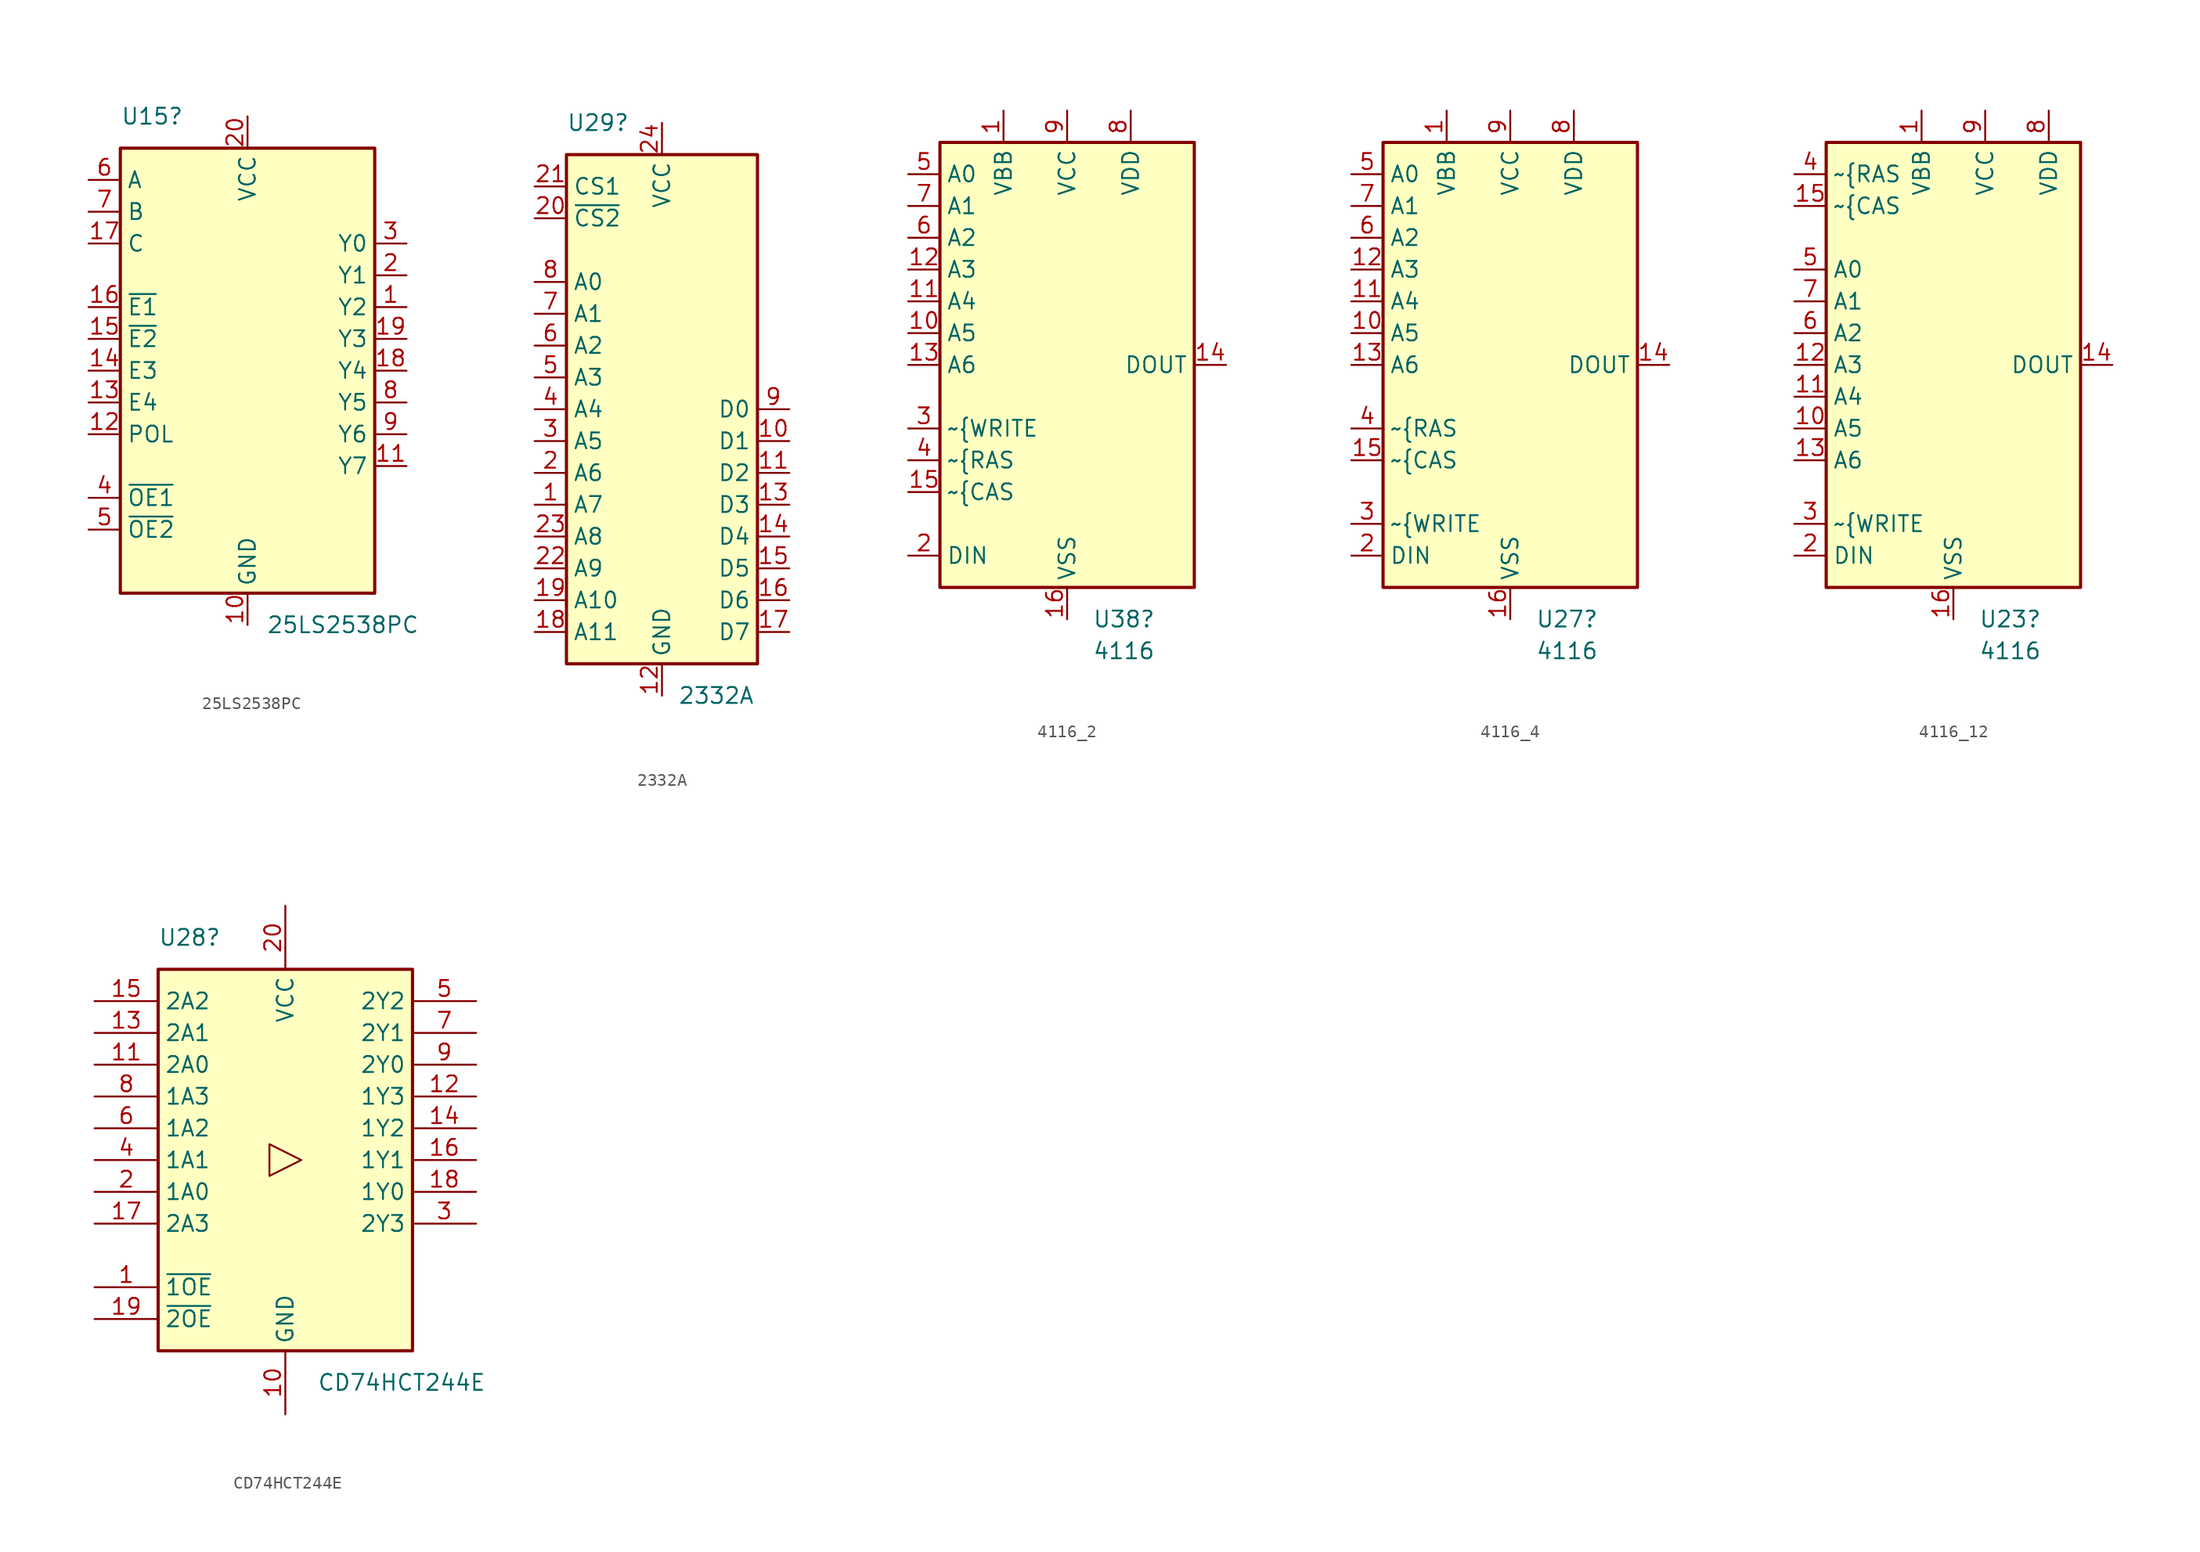
<source format=kicad_sym>
(kicad_symbol_lib
  (version 20211014)
  (generator kicad_symbol_editor)
  (symbol "25LS2538PC"
    (property "Reference" "U15"
      (at -7.62 20.32 0)
      (effects (font (size 1.27 1.27))))
    (property "Value" "25LS2538PC"
      (at 7.62 -20.32 0)
      (effects (font (size 1.27 1.27))))
    (symbol "25LS2538PC_0_1"
      (rectangle (start -10.16 17.78) (end 10.16 -17.78) (stroke (width 0.254) (type default) (color 0 0 0 0)) (fill (type background))))
    (symbol "25LS2538PC_1_1"
      (pin output line (at 12.7 5.08 180) (length 2.54) (name "Y2" (effects (font (size 1.27 1.27)))) (number "1" (effects (font (size 1.27 1.27)))))
      (pin power_in line (at 0 -20.32 90) (length 2.54) (name "GND" (effects (font (size 1.27 1.27)))) (number "10" (effects (font (size 1.27 1.27)))))
      (pin output line (at 12.7 -7.62 180) (length 2.54) (name "Y7" (effects (font (size 1.27 1.27)))) (number "11" (effects (font (size 1.27 1.27)))))
      (pin input line (at -12.7 -5.08 0) (length 2.54) (name "POL" (effects (font (size 1.27 1.27)))) (number "12" (effects (font (size 1.27 1.27)))))
      (pin input line (at -12.7 -2.54 0) (length 2.54) (name "E4" (effects (font (size 1.27 1.27)))) (number "13" (effects (font (size 1.27 1.27)))))
      (pin input line (at -12.7 0 0) (length 2.54) (name "E3" (effects (font (size 1.27 1.27)))) (number "14" (effects (font (size 1.27 1.27)))))
      (pin input line (at -12.7 2.54 0) (length 2.54) (name "~{E2}" (effects (font (size 1.27 1.27)))) (number "15" (effects (font (size 1.27 1.27)))))
      (pin input line (at -12.7 5.08 0) (length 2.54) (name "~{E1}" (effects (font (size 1.27 1.27)))) (number "16" (effects (font (size 1.27 1.27)))))
      (pin input line (at -12.7 10.16 0) (length 2.54) (name "C" (effects (font (size 1.27 1.27)))) (number "17" (effects (font (size 1.27 1.27)))))
      (pin output line (at 12.7 0 180) (length 2.54) (name "Y4" (effects (font (size 1.27 1.27)))) (number "18" (effects (font (size 1.27 1.27)))))
      (pin output line (at 12.7 2.54 180) (length 2.54) (name "Y3" (effects (font (size 1.27 1.27)))) (number "19" (effects (font (size 1.27 1.27)))))
      (pin output line (at 12.7 7.62 180) (length 2.54) (name "Y1" (effects (font (size 1.27 1.27)))) (number "2" (effects (font (size 1.27 1.27)))))
      (pin power_in line (at 0 20.32 270) (length 2.54) (name "VCC" (effects (font (size 1.27 1.27)))) (number "20" (effects (font (size 1.27 1.27)))))
      (pin output line (at 12.7 10.16 180) (length 2.54) (name "Y0" (effects (font (size 1.27 1.27)))) (number "3" (effects (font (size 1.27 1.27)))))
      (pin input line (at -12.7 -10.16 0) (length 2.54) (name "~{OE1}" (effects (font (size 1.27 1.27)))) (number "4" (effects (font (size 1.27 1.27)))))
      (pin input line (at -12.7 -12.7 0) (length 2.54) (name "~{OE2}" (effects (font (size 1.27 1.27)))) (number "5" (effects (font (size 1.27 1.27)))))
      (pin input line (at -12.7 15.24 0) (length 2.54) (name "A" (effects (font (size 1.27 1.27)))) (number "6" (effects (font (size 1.27 1.27)))))
      (pin input line (at -12.7 12.7 0) (length 2.54) (name "B" (effects (font (size 1.27 1.27)))) (number "7" (effects (font (size 1.27 1.27)))))
      (pin output line (at 12.7 -2.54 180) (length 2.54) (name "Y5" (effects (font (size 1.27 1.27)))) (number "8" (effects (font (size 1.27 1.27)))))
      (pin output line (at 12.7 -5.08 180) (length 2.54) (name "Y6" (effects (font (size 1.27 1.27)))) (number "9" (effects (font (size 1.27 1.27)))))))
  (symbol "2332A"
    (property "Reference" "U29"
      (at -7.62 22.86 0)
      (effects (font (size 1.27 1.27)) (justify left)))
    (property "Value" "2332A"
      (at 1.27 -22.86 0)
      (effects (font (size 1.27 1.27)) (justify left)))
    (symbol "2332A_0_1"
      (rectangle (start -7.62 20.32) (end 7.62 -20.32) (stroke (width 0.254) (type default) (color 0 0 0 0)) (fill (type background))))
    (symbol "2332A_1_1"
      (pin input line (at -10.16 -7.62 0) (length 2.54) (name "A7" (effects (font (size 1.27 1.27)))) (number "1" (effects (font (size 1.27 1.27)))))
      (pin tri_state line (at 10.16 -2.54 180) (length 2.54) (name "D1" (effects (font (size 1.27 1.27)))) (number "10" (effects (font (size 1.27 1.27)))))
      (pin tri_state line (at 10.16 -5.08 180) (length 2.54) (name "D2" (effects (font (size 1.27 1.27)))) (number "11" (effects (font (size 1.27 1.27)))))
      (pin power_in line (at 0 -22.86 90) (length 2.54) (name "GND" (effects (font (size 1.27 1.27)))) (number "12" (effects (font (size 1.27 1.27)))))
      (pin tri_state line (at 10.16 -7.62 180) (length 2.54) (name "D3" (effects (font (size 1.27 1.27)))) (number "13" (effects (font (size 1.27 1.27)))))
      (pin tri_state line (at 10.16 -10.16 180) (length 2.54) (name "D4" (effects (font (size 1.27 1.27)))) (number "14" (effects (font (size 1.27 1.27)))))
      (pin tri_state line (at 10.16 -12.7 180) (length 2.54) (name "D5" (effects (font (size 1.27 1.27)))) (number "15" (effects (font (size 1.27 1.27)))))
      (pin tri_state line (at 10.16 -15.24 180) (length 2.54) (name "D6" (effects (font (size 1.27 1.27)))) (number "16" (effects (font (size 1.27 1.27)))))
      (pin tri_state line (at 10.16 -17.78 180) (length 2.54) (name "D7" (effects (font (size 1.27 1.27)))) (number "17" (effects (font (size 1.27 1.27)))))
      (pin input line (at -10.16 -17.78 0) (length 2.54) (name "A11" (effects (font (size 1.27 1.27)))) (number "18" (effects (font (size 1.27 1.27)))))
      (pin input line (at -10.16 -15.24 0) (length 2.54) (name "A10" (effects (font (size 1.27 1.27)))) (number "19" (effects (font (size 1.27 1.27)))))
      (pin input line (at -10.16 -5.08 0) (length 2.54) (name "A6" (effects (font (size 1.27 1.27)))) (number "2" (effects (font (size 1.27 1.27)))))
      (pin input line (at -10.16 15.24 0) (length 2.54) (name "~{CS2}" (effects (font (size 1.27 1.27)))) (number "20" (effects (font (size 1.27 1.27)))))
      (pin input line (at -10.16 17.78 0) (length 2.54) (name "CS1" (effects (font (size 1.27 1.27)))) (number "21" (effects (font (size 1.27 1.27)))))
      (pin input line (at -10.16 -12.7 0) (length 2.54) (name "A9" (effects (font (size 1.27 1.27)))) (number "22" (effects (font (size 1.27 1.27)))))
      (pin input line (at -10.16 -10.16 0) (length 2.54) (name "A8" (effects (font (size 1.27 1.27)))) (number "23" (effects (font (size 1.27 1.27)))))
      (pin power_in line (at 0 22.86 270) (length 2.54) (name "VCC" (effects (font (size 1.27 1.27)))) (number "24" (effects (font (size 1.27 1.27)))))
      (pin input line (at -10.16 -2.54 0) (length 2.54) (name "A5" (effects (font (size 1.27 1.27)))) (number "3" (effects (font (size 1.27 1.27)))))
      (pin input line (at -10.16 0 0) (length 2.54) (name "A4" (effects (font (size 1.27 1.27)))) (number "4" (effects (font (size 1.27 1.27)))))
      (pin input line (at -10.16 2.54 0) (length 2.54) (name "A3" (effects (font (size 1.27 1.27)))) (number "5" (effects (font (size 1.27 1.27)))))
      (pin input line (at -10.16 5.08 0) (length 2.54) (name "A2" (effects (font (size 1.27 1.27)))) (number "6" (effects (font (size 1.27 1.27)))))
      (pin input line (at -10.16 7.62 0) (length 2.54) (name "A1" (effects (font (size 1.27 1.27)))) (number "7" (effects (font (size 1.27 1.27)))))
      (pin input line (at -10.16 10.16 0) (length 2.54) (name "A0" (effects (font (size 1.27 1.27)))) (number "8" (effects (font (size 1.27 1.27)))))
      (pin tri_state line (at 10.16 0 180) (length 2.54) (name "D0" (effects (font (size 1.27 1.27)))) (number "9" (effects (font (size 1.27 1.27)))))))
  (symbol "4116_2"
    (property "Reference" "U38"
      (at 2.019 -20.32 0)
      (effects (font (size 1.27 1.27)) (justify left)))
    (property "Value" "4116"
      (at 2.019 -22.86 0)
      (effects (font (size 1.27 1.27)) (justify left)))
    (symbol "4116_2_0_1"
      (rectangle (start -10.16 17.78) (end 10.16 -17.78) (stroke (width 0.254) (type default) (color 0 0 0 0)) (fill (type background))))
    (symbol "4116_2_1_1"
      (pin power_in line (at -5.08 20.32 270) (length 2.54) (name "VBB" (effects (font (size 1.27 1.27)))) (number "1" (effects (font (size 1.27 1.27)))))
      (pin input line (at -12.7 2.54 0) (length 2.54) (name "A5" (effects (font (size 1.27 1.27)))) (number "10" (effects (font (size 1.27 1.27)))))
      (pin input line (at -12.7 5.08 0) (length 2.54) (name "A4" (effects (font (size 1.27 1.27)))) (number "11" (effects (font (size 1.27 1.27)))))
      (pin input line (at -12.7 7.62 0) (length 2.54) (name "A3" (effects (font (size 1.27 1.27)))) (number "12" (effects (font (size 1.27 1.27)))))
      (pin input line (at -12.7 0 0) (length 2.54) (name "A6" (effects (font (size 1.27 1.27)))) (number "13" (effects (font (size 1.27 1.27)))))
      (pin tri_state line (at 12.7 0 180) (length 2.54) (name "DOUT" (effects (font (size 1.27 1.27)))) (number "14" (effects (font (size 1.27 1.27)))))
      (pin input line (at -12.7 -10.16 0) (length 2.54) (name "~{CAS" (effects (font (size 1.27 1.27)))) (number "15" (effects (font (size 1.27 1.27)))))
      (pin power_in line (at 0 -20.32 90) (length 2.54) (name "VSS" (effects (font (size 1.27 1.27)))) (number "16" (effects (font (size 1.27 1.27)))))
      (pin input line (at -12.7 -15.24 0) (length 2.54) (name "DIN" (effects (font (size 1.27 1.27)))) (number "2" (effects (font (size 1.27 1.27)))))
      (pin input line (at -12.7 -5.08 0) (length 2.54) (name "~{WRITE" (effects (font (size 1.27 1.27)))) (number "3" (effects (font (size 1.27 1.27)))))
      (pin input line (at -12.7 -7.62 0) (length 2.54) (name "~{RAS" (effects (font (size 1.27 1.27)))) (number "4" (effects (font (size 1.27 1.27)))))
      (pin input line (at -12.7 15.24 0) (length 2.54) (name "A0" (effects (font (size 1.27 1.27)))) (number "5" (effects (font (size 1.27 1.27)))))
      (pin input line (at -12.7 10.16 0) (length 2.54) (name "A2" (effects (font (size 1.27 1.27)))) (number "6" (effects (font (size 1.27 1.27)))))
      (pin input line (at -12.7 12.7 0) (length 2.54) (name "A1" (effects (font (size 1.27 1.27)))) (number "7" (effects (font (size 1.27 1.27)))))
      (pin power_in line (at 5.08 20.32 270) (length 2.54) (name "VDD" (effects (font (size 1.27 1.27)))) (number "8" (effects (font (size 1.27 1.27)))))
      (pin power_in line (at 0 20.32 270) (length 2.54) (name "VCC" (effects (font (size 1.27 1.27)))) (number "9" (effects (font (size 1.27 1.27)))))))
  (symbol "4116_4"
    (property "Reference" "U27"
      (at 2.019 -20.32 0)
      (effects (font (size 1.27 1.27)) (justify left)))
    (property "Value" "4116"
      (at 2.019 -22.86 0)
      (effects (font (size 1.27 1.27)) (justify left)))
    (symbol "4116_4_0_1"
      (rectangle (start -10.16 17.78) (end 10.16 -17.78) (stroke (width 0.254) (type default) (color 0 0 0 0)) (fill (type background))))
    (symbol "4116_4_1_1"
      (pin power_in line (at -5.08 20.32 270) (length 2.54) (name "VBB" (effects (font (size 1.27 1.27)))) (number "1" (effects (font (size 1.27 1.27)))))
      (pin input line (at -12.7 2.54 0) (length 2.54) (name "A5" (effects (font (size 1.27 1.27)))) (number "10" (effects (font (size 1.27 1.27)))))
      (pin input line (at -12.7 5.08 0) (length 2.54) (name "A4" (effects (font (size 1.27 1.27)))) (number "11" (effects (font (size 1.27 1.27)))))
      (pin input line (at -12.7 7.62 0) (length 2.54) (name "A3" (effects (font (size 1.27 1.27)))) (number "12" (effects (font (size 1.27 1.27)))))
      (pin input line (at -12.7 0 0) (length 2.54) (name "A6" (effects (font (size 1.27 1.27)))) (number "13" (effects (font (size 1.27 1.27)))))
      (pin tri_state line (at 12.7 0 180) (length 2.54) (name "DOUT" (effects (font (size 1.27 1.27)))) (number "14" (effects (font (size 1.27 1.27)))))
      (pin input line (at -12.7 -7.62 0) (length 2.54) (name "~{CAS" (effects (font (size 1.27 1.27)))) (number "15" (effects (font (size 1.27 1.27)))))
      (pin power_in line (at 0 -20.32 90) (length 2.54) (name "VSS" (effects (font (size 1.27 1.27)))) (number "16" (effects (font (size 1.27 1.27)))))
      (pin input line (at -12.7 -15.24 0) (length 2.54) (name "DIN" (effects (font (size 1.27 1.27)))) (number "2" (effects (font (size 1.27 1.27)))))
      (pin input line (at -12.7 -12.7 0) (length 2.54) (name "~{WRITE" (effects (font (size 1.27 1.27)))) (number "3" (effects (font (size 1.27 1.27)))))
      (pin input line (at -12.7 -5.08 0) (length 2.54) (name "~{RAS" (effects (font (size 1.27 1.27)))) (number "4" (effects (font (size 1.27 1.27)))))
      (pin input line (at -12.7 15.24 0) (length 2.54) (name "A0" (effects (font (size 1.27 1.27)))) (number "5" (effects (font (size 1.27 1.27)))))
      (pin input line (at -12.7 10.16 0) (length 2.54) (name "A2" (effects (font (size 1.27 1.27)))) (number "6" (effects (font (size 1.27 1.27)))))
      (pin input line (at -12.7 12.7 0) (length 2.54) (name "A1" (effects (font (size 1.27 1.27)))) (number "7" (effects (font (size 1.27 1.27)))))
      (pin power_in line (at 5.08 20.32 270) (length 2.54) (name "VDD" (effects (font (size 1.27 1.27)))) (number "8" (effects (font (size 1.27 1.27)))))
      (pin power_in line (at 0 20.32 270) (length 2.54) (name "VCC" (effects (font (size 1.27 1.27)))) (number "9" (effects (font (size 1.27 1.27)))))))
  (symbol "4116_12"
    (property "Reference" "U23"
      (at 2.019 -20.32 0)
      (effects (font (size 1.27 1.27)) (justify left)))
    (property "Value" "4116"
      (at 2.019 -22.86 0)
      (effects (font (size 1.27 1.27)) (justify left)))
    (symbol "4116_12_0_1"
      (rectangle (start -10.16 17.78) (end 10.16 -17.78) (stroke (width 0.254) (type default) (color 0 0 0 0)) (fill (type background))))
    (symbol "4116_12_1_1"
      (pin power_in line (at -2.54 20.32 270) (length 2.54) (name "VBB" (effects (font (size 1.27 1.27)))) (number "1" (effects (font (size 1.27 1.27)))))
      (pin input line (at -12.7 -5.08 0) (length 2.54) (name "A5" (effects (font (size 1.27 1.27)))) (number "10" (effects (font (size 1.27 1.27)))))
      (pin input line (at -12.7 -2.54 0) (length 2.54) (name "A4" (effects (font (size 1.27 1.27)))) (number "11" (effects (font (size 1.27 1.27)))))
      (pin input line (at -12.7 0 0) (length 2.54) (name "A3" (effects (font (size 1.27 1.27)))) (number "12" (effects (font (size 1.27 1.27)))))
      (pin input line (at -12.7 -7.62 0) (length 2.54) (name "A6" (effects (font (size 1.27 1.27)))) (number "13" (effects (font (size 1.27 1.27)))))
      (pin tri_state line (at 12.7 0 180) (length 2.54) (name "DOUT" (effects (font (size 1.27 1.27)))) (number "14" (effects (font (size 1.27 1.27)))))
      (pin input line (at -12.7 12.7 0) (length 2.54) (name "~{CAS" (effects (font (size 1.27 1.27)))) (number "15" (effects (font (size 1.27 1.27)))))
      (pin power_in line (at 0 -20.32 90) (length 2.54) (name "VSS" (effects (font (size 1.27 1.27)))) (number "16" (effects (font (size 1.27 1.27)))))
      (pin input line (at -12.7 -15.24 0) (length 2.54) (name "DIN" (effects (font (size 1.27 1.27)))) (number "2" (effects (font (size 1.27 1.27)))))
      (pin input line (at -12.7 -12.7 0) (length 2.54) (name "~{WRITE" (effects (font (size 1.27 1.27)))) (number "3" (effects (font (size 1.27 1.27)))))
      (pin input line (at -12.7 15.24 0) (length 2.54) (name "~{RAS" (effects (font (size 1.27 1.27)))) (number "4" (effects (font (size 1.27 1.27)))))
      (pin input line (at -12.7 7.62 0) (length 2.54) (name "A0" (effects (font (size 1.27 1.27)))) (number "5" (effects (font (size 1.27 1.27)))))
      (pin input line (at -12.7 2.54 0) (length 2.54) (name "A2" (effects (font (size 1.27 1.27)))) (number "6" (effects (font (size 1.27 1.27)))))
      (pin input line (at -12.7 5.08 0) (length 2.54) (name "A1" (effects (font (size 1.27 1.27)))) (number "7" (effects (font (size 1.27 1.27)))))
      (pin power_in line (at 7.62 20.32 270) (length 2.54) (name "VDD" (effects (font (size 1.27 1.27)))) (number "8" (effects (font (size 1.27 1.27)))))
      (pin power_in line (at 2.54 20.32 270) (length 2.54) (name "VCC" (effects (font (size 1.27 1.27)))) (number "9" (effects (font (size 1.27 1.27)))))))
  (symbol "CD74HCT244E"
    (property "Reference" "U28"
      (at -10.16 17.78 0)
      (effects (font (size 1.27 1.27)) (justify left)))
    (property "Value" "CD74HCT244E"
      (at 2.54 -17.78 0)
      (effects (font (size 1.27 1.27)) (justify left)))
    (symbol "CD74HCT244E_0_0"
      (pin input line (at -15.24 -10.16 0) (length 5.08) (name "~{1OE}" (effects (font (size 1.27 1.27)))) (number "1" (effects (font (size 1.27 1.27)))))
      (pin power_in line (at 0 -20.32 90) (length 5.08) (name "GND" (effects (font (size 1.27 1.27)))) (number "10" (effects (font (size 1.27 1.27)))))
      (pin input line (at -15.24 7.62 0) (length 5.08) (name "2A0" (effects (font (size 1.27 1.27)))) (number "11" (effects (font (size 1.27 1.27)))))
      (pin output line (at 15.24 5.08 180) (length 5.08) (name "1Y3" (effects (font (size 1.27 1.27)))) (number "12" (effects (font (size 1.27 1.27)))))
      (pin input line (at -15.24 10.16 0) (length 5.08) (name "2A1" (effects (font (size 1.27 1.27)))) (number "13" (effects (font (size 1.27 1.27)))))
      (pin output line (at 15.24 2.54 180) (length 5.08) (name "1Y2" (effects (font (size 1.27 1.27)))) (number "14" (effects (font (size 1.27 1.27)))))
      (pin input line (at -15.24 12.7 0) (length 5.08) (name "2A2" (effects (font (size 1.27 1.27)))) (number "15" (effects (font (size 1.27 1.27)))))
      (pin output line (at 15.24 0 180) (length 5.08) (name "1Y1" (effects (font (size 1.27 1.27)))) (number "16" (effects (font (size 1.27 1.27)))))
      (pin input line (at -15.24 -5.08 0) (length 5.08) (name "2A3" (effects (font (size 1.27 1.27)))) (number "17" (effects (font (size 1.27 1.27)))))
      (pin output line (at 15.24 -2.54 180) (length 5.08) (name "1Y0" (effects (font (size 1.27 1.27)))) (number "18" (effects (font (size 1.27 1.27)))))
      (pin input line (at -15.24 -12.7 0) (length 5.08) (name "~{2OE}" (effects (font (size 1.27 1.27)))) (number "19" (effects (font (size 1.27 1.27)))))
      (pin input line (at -15.24 -2.54 0) (length 5.08) (name "1A0" (effects (font (size 1.27 1.27)))) (number "2" (effects (font (size 1.27 1.27)))))
      (pin power_in line (at 0 20.32 270) (length 5.08) (name "VCC" (effects (font (size 1.27 1.27)))) (number "20" (effects (font (size 1.27 1.27)))))
      (pin output line (at 15.24 -5.08 180) (length 5.08) (name "2Y3" (effects (font (size 1.27 1.27)))) (number "3" (effects (font (size 1.27 1.27)))))
      (pin input line (at -15.24 0 0) (length 5.08) (name "1A1" (effects (font (size 1.27 1.27)))) (number "4" (effects (font (size 1.27 1.27)))))
      (pin output line (at 15.24 12.7 180) (length 5.08) (name "2Y2" (effects (font (size 1.27 1.27)))) (number "5" (effects (font (size 1.27 1.27)))))
      (pin input line (at -15.24 2.54 0) (length 5.08) (name "1A2" (effects (font (size 1.27 1.27)))) (number "6" (effects (font (size 1.27 1.27)))))
      (pin output line (at 15.24 10.16 180) (length 5.08) (name "2Y1" (effects (font (size 1.27 1.27)))) (number "7" (effects (font (size 1.27 1.27)))))
      (pin input line (at -15.24 5.08 0) (length 5.08) (name "1A3" (effects (font (size 1.27 1.27)))) (number "8" (effects (font (size 1.27 1.27)))))
      (pin output line (at 15.24 7.62 180) (length 5.08) (name "2Y0" (effects (font (size 1.27 1.27)))) (number "9" (effects (font (size 1.27 1.27))))))
    (symbol "CD74HCT244E_0_1"
      (polyline (pts (xy -1.27 1.27) (xy -1.27 -1.27) (xy 1.27 0) (xy -1.27 1.27)) (stroke (width 0) (type default) (color 0 0 0 0)) (fill (type none)))
      (polyline (pts (xy -10.16 15.24) (xy 10.16 15.24) (xy 10.16 -15.24) (xy -10.16 -15.24) (xy -10.16 15.24)) (stroke (width 0.254) (type default) (color 0 0 0 0)) (fill (type background))))))
</source>
